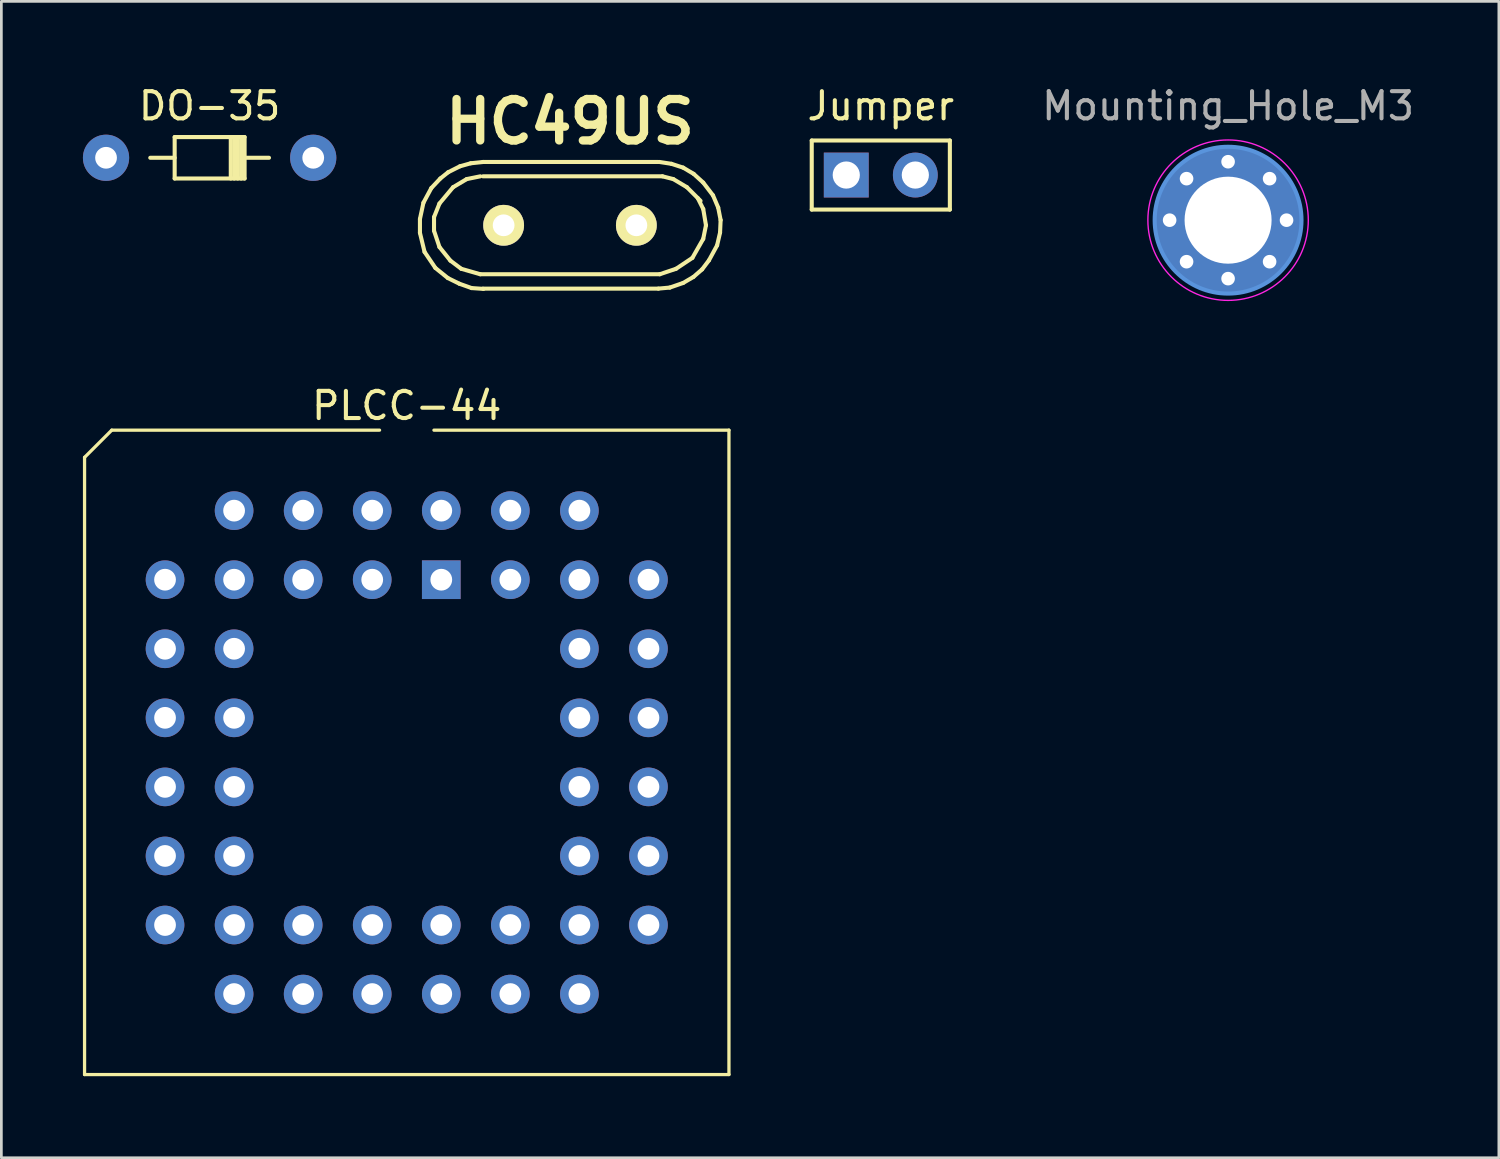
<source format=kicad_pcb>
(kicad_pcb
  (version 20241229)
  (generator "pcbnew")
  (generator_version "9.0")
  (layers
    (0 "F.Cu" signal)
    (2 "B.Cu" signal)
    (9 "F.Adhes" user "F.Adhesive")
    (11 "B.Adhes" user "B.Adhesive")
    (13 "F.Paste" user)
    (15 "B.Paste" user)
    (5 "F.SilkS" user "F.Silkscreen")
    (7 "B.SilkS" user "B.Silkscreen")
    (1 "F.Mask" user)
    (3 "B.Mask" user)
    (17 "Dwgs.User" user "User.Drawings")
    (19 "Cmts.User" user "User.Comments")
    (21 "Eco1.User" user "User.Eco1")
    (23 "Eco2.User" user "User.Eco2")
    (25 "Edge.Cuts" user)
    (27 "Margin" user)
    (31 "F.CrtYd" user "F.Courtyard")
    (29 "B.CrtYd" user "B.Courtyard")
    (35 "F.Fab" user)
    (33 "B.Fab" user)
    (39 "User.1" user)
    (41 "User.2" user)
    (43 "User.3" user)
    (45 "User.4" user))
  (footprint "PLCC-44"
    (layer "F.Cu")
    (at 13.18 18.271)
    (property "Reference" "PLCC-44" (at -1.27 -6.4 0) (layer "F.SilkS") (effects (font (size 1 1) (thickness 0.15))))
    (attr through_hole)
    (fp_line (start -13.12 -4.5) (end -13.12 18.2) (stroke (width 0.12) (type solid)) (layer "F.SilkS"))
    (fp_line (start -13.12 18.2) (end 10.58 18.2) (stroke (width 0.12) (type solid)) (layer "F.SilkS"))
    (fp_line (start -12.12 -5.5) (end -13.12 -4.5) (stroke (width 0.12) (type solid)) (layer "F.SilkS"))
    (fp_line (start -2.27 -5.5) (end -12.12 -5.5) (stroke (width 0.12) (type solid)) (layer "F.SilkS"))
    (fp_line (start 10.58 -5.5) (end -0.27 -5.5) (stroke (width 0.12) (type solid)) (layer "F.SilkS"))
    (fp_line (start 10.58 18.2) (end 10.58 -5.5) (stroke (width 0.12) (type solid)) (layer "F.SilkS"))
    (pad "1" thru_hole rect (at 0 0) (size 1.422 1.422) (drill 0.8) (layers "*.Cu" "*.Mask"))
    (pad "2" thru_hole circle (at -2.54 -2.54) (size 1.422 1.422) (drill 0.8) (layers "*.Cu" "*.Mask"))
    (pad "3" thru_hole circle (at -2.54 0) (size 1.422 1.422) (drill 0.8) (layers "*.Cu" "*.Mask"))
    (pad "4" thru_hole circle (at -5.08 -2.54) (size 1.422 1.422) (drill 0.8) (layers "*.Cu" "*.Mask"))
    (pad "5" thru_hole circle (at -5.08 0) (size 1.422 1.422) (drill 0.8) (layers "*.Cu" "*.Mask"))
    (pad "6" thru_hole circle (at -7.62 -2.54) (size 1.422 1.422) (drill 0.8) (layers "*.Cu" "*.Mask"))
    (pad "7" thru_hole circle (at -10.16 0) (size 1.422 1.422) (drill 0.8) (layers "*.Cu" "*.Mask"))
    (pad "8" thru_hole circle (at -7.62 0) (size 1.422 1.422) (drill 0.8) (layers "*.Cu" "*.Mask"))
    (pad "9" thru_hole circle (at -10.16 2.54) (size 1.422 1.422) (drill 0.8) (layers "*.Cu" "*.Mask"))
    (pad "10" thru_hole circle (at -7.62 2.54) (size 1.422 1.422) (drill 0.8) (layers "*.Cu" "*.Mask"))
    (pad "11" thru_hole circle (at -10.16 5.08) (size 1.422 1.422) (drill 0.8) (layers "*.Cu" "*.Mask"))
    (pad "12" thru_hole circle (at -7.62 5.08) (size 1.422 1.422) (drill 0.8) (layers "*.Cu" "*.Mask"))
    (pad "13" thru_hole circle (at -10.16 7.62) (size 1.422 1.422) (drill 0.8) (layers "*.Cu" "*.Mask"))
    (pad "14" thru_hole circle (at -7.62 7.62) (size 1.422 1.422) (drill 0.8) (layers "*.Cu" "*.Mask"))
    (pad "15" thru_hole circle (at -10.16 10.16) (size 1.422 1.422) (drill 0.8) (layers "*.Cu" "*.Mask"))
    (pad "16" thru_hole circle (at -7.62 10.16) (size 1.422 1.422) (drill 0.8) (layers "*.Cu" "*.Mask"))
    (pad "17" thru_hole circle (at -10.16 12.7) (size 1.422 1.422) (drill 0.8) (layers "*.Cu" "*.Mask"))
    (pad "18" thru_hole circle (at -7.62 15.24) (size 1.422 1.422) (drill 0.8) (layers "*.Cu" "*.Mask"))
    (pad "19" thru_hole circle (at -7.62 12.7) (size 1.422 1.422) (drill 0.8) (layers "*.Cu" "*.Mask"))
    (pad "20" thru_hole circle (at -5.08 15.24) (size 1.422 1.422) (drill 0.8) (layers "*.Cu" "*.Mask"))
    (pad "21" thru_hole circle (at -5.08 12.7) (size 1.422 1.422) (drill 0.8) (layers "*.Cu" "*.Mask"))
    (pad "22" thru_hole circle (at -2.54 15.24) (size 1.422 1.422) (drill 0.8) (layers "*.Cu" "*.Mask"))
    (pad "23" thru_hole circle (at -2.54 12.7) (size 1.422 1.422) (drill 0.8) (layers "*.Cu" "*.Mask"))
    (pad "24" thru_hole circle (at 0 15.24) (size 1.422 1.422) (drill 0.8) (layers "*.Cu" "*.Mask"))
    (pad "25" thru_hole circle (at 0 12.7) (size 1.422 1.422) (drill 0.8) (layers "*.Cu" "*.Mask"))
    (pad "26" thru_hole circle (at 2.54 15.24) (size 1.422 1.422) (drill 0.8) (layers "*.Cu" "*.Mask"))
    (pad "27" thru_hole circle (at 2.54 12.7) (size 1.422 1.422) (drill 0.8) (layers "*.Cu" "*.Mask"))
    (pad "28" thru_hole circle (at 5.08 15.24) (size 1.422 1.422) (drill 0.8) (layers "*.Cu" "*.Mask"))
    (pad "29" thru_hole circle (at 7.62 12.7) (size 1.422 1.422) (drill 0.8) (layers "*.Cu" "*.Mask"))
    (pad "30" thru_hole circle (at 5.08 12.7) (size 1.422 1.422) (drill 0.8) (layers "*.Cu" "*.Mask"))
    (pad "31" thru_hole circle (at 7.62 10.16) (size 1.422 1.422) (drill 0.8) (layers "*.Cu" "*.Mask"))
    (pad "32" thru_hole circle (at 5.08 10.16) (size 1.422 1.422) (drill 0.8) (layers "*.Cu" "*.Mask"))
    (pad "33" thru_hole circle (at 7.62 7.62) (size 1.422 1.422) (drill 0.8) (layers "*.Cu" "*.Mask"))
    (pad "34" thru_hole circle (at 5.08 7.62) (size 1.422 1.422) (drill 0.8) (layers "*.Cu" "*.Mask"))
    (pad "35" thru_hole circle (at 7.62 5.08) (size 1.422 1.422) (drill 0.8) (layers "*.Cu" "*.Mask"))
    (pad "36" thru_hole circle (at 5.08 5.08) (size 1.422 1.422) (drill 0.8) (layers "*.Cu" "*.Mask"))
    (pad "37" thru_hole circle (at 7.62 2.54) (size 1.422 1.422) (drill 0.8) (layers "*.Cu" "*.Mask"))
    (pad "38" thru_hole circle (at 5.08 2.54) (size 1.422 1.422) (drill 0.8) (layers "*.Cu" "*.Mask"))
    (pad "39" thru_hole circle (at 7.62 0) (size 1.422 1.422) (drill 0.8) (layers "*.Cu" "*.Mask"))
    (pad "40" thru_hole circle (at 5.08 -2.54) (size 1.422 1.422) (drill 0.8) (layers "*.Cu" "*.Mask"))
    (pad "41" thru_hole circle (at 5.08 0) (size 1.422 1.422) (drill 0.8) (layers "*.Cu" "*.Mask"))
    (pad "42" thru_hole circle (at 2.54 -2.54) (size 1.422 1.422) (drill 0.8) (layers "*.Cu" "*.Mask"))
    (pad "43" thru_hole circle (at 2.54 0) (size 1.422 1.422) (drill 0.8) (layers "*.Cu" "*.Mask"))
    (pad "44" thru_hole circle (at 0 -2.54) (size 1.422 1.422) (drill 0.8) (layers "*.Cu" "*.Mask")))
  (footprint "DO-35"
    (layer "F.Cu")
    (at 4.66 2.753)
    (property "Reference" "DO-35" (at 0 -1.905 0) (layer "F.SilkS") (effects (font (size 1 1) (thickness 0.15))))
    (attr through_hole)
    (fp_line (start -1.286 -0.762) (end 1.286 -0.762) (stroke (width 0.15) (type solid)) (layer "F.SilkS"))
    (fp_line (start -1.286 0) (end -2.183 0) (stroke (width 0.15) (type solid)) (layer "F.SilkS"))
    (fp_line (start -1.286 0.762) (end -1.286 -0.762) (stroke (width 0.15) (type solid)) (layer "F.SilkS"))
    (fp_line (start 0.778 -0.762) (end 0.778 0.762) (stroke (width 0.15) (type solid)) (layer "F.SilkS"))
    (fp_line (start 0.905 -0.762) (end 0.905 0.762) (stroke (width 0.15) (type solid)) (layer "F.SilkS"))
    (fp_line (start 1.032 -0.762) (end 1.032 0.762) (stroke (width 0.15) (type solid)) (layer "F.SilkS"))
    (fp_line (start 1.159 -0.762) (end 1.159 0.762) (stroke (width 0.15) (type solid)) (layer "F.SilkS"))
    (fp_line (start 1.286 -0.762) (end 1.286 0.762) (stroke (width 0.15) (type solid)) (layer "F.SilkS"))
    (fp_line (start 1.286 0) (end 2.183 0) (stroke (width 0.15) (type solid)) (layer "F.SilkS"))
    (fp_line (start 1.286 0.762) (end -1.286 0.762) (stroke (width 0.15) (type solid)) (layer "F.SilkS"))
    (pad "1" thru_hole circle (at -3.81 0) (size 1.7 1.7) (drill 0.8) (layers "*.Cu" "*.Mask"))
    (pad "2" thru_hole circle (at 3.81 0) (size 1.7 1.7) (drill 0.8) (layers "*.Cu" "*.Mask")))
  (footprint "Mounting_Hole_M3"
    (layer "F.Cu")
    (at 42.118 5.048)
    (property "Reference" "Mounting_Hole_M3" (at 0 -4.2 0) (layer "F.Fab") (effects (font (size 1 1) (thickness 0.15))))
    (attr through_hole)
    (fp_circle (center 0 0) (end 2.7 0) (stroke (width 0.15) (type solid)) (fill no) (layer "Cmts.User"))
    (fp_circle (center 0 0) (end 2.95 0) (stroke (width 0.05) (type solid)) (fill no) (layer "F.CrtYd"))
    (pad "" thru_hole circle (at -2.15 0) (size 0.8 0.8) (drill 0.5) (layers "*.Cu"))
    (pad "" thru_hole circle (at -1.527 -1.527) (size 0.8 0.8) (drill 0.5) (layers "*.Cu"))
    (pad "" thru_hole circle (at -1.527 1.527) (size 0.8 0.8) (drill 0.5) (layers "*.Cu"))
    (pad "" thru_hole circle (at 0 -2.15) (size 0.8 0.8) (drill 0.5) (layers "*.Cu"))
    (pad "" thru_hole circle (at 0 2.15) (size 0.8 0.8) (drill 0.5) (layers "*.Cu"))
    (pad "" thru_hole circle (at 1.527 -1.527) (size 0.8 0.8) (drill 0.5) (layers "*.Cu"))
    (pad "" thru_hole circle (at 1.527 1.527) (size 0.8 0.8) (drill 0.5) (layers "*.Cu"))
    (pad "" thru_hole circle (at 2.15 0) (size 0.8 0.8) (drill 0.5) (layers "*.Cu"))
    (pad "1" thru_hole circle (at 0 0) (size 5.4 5.4) (drill 3.2) (layers "*.Cu" "*.Mask")))
  (footprint "Jumper"
    (layer "F.Cu")
    (at 28.075 3.388)
    (property "Reference" "Jumper" (at 1.27 -2.54 0) (layer "F.SilkS") (effects (font (size 1 1) (thickness 0.15))))
    (attr through_hole)
    (fp_line (start -1.27 -1.27) (end 3.81 -1.27) (stroke (width 0.15) (type solid)) (layer "F.SilkS"))
    (fp_line (start -1.27 1.27) (end -1.27 -1.27) (stroke (width 0.15) (type solid)) (layer "F.SilkS"))
    (fp_line (start 3.81 -1.27) (end 3.81 1.27) (stroke (width 0.15) (type solid)) (layer "F.SilkS"))
    (fp_line (start 3.81 1.27) (end -1.27 1.27) (stroke (width 0.15) (type solid)) (layer "F.SilkS"))
    (pad "1" thru_hole rect (at 0 0) (size 1.65 1.65) (drill 1) (layers "*.Cu" "*.Mask"))
    (pad "2" thru_hole circle (at 2.54 0) (size 1.65 1.65) (drill 1) (layers "*.Cu" "*.Mask")))
  (footprint "HC49US"
    (layer "F.Cu")
    (at 17.914 5.236)
    (property "Reference" "HC49US" (at 0 -3.81 0) (layer "F.SilkS") (effects (font (size 1.524 1.524) (thickness 0.305))))
    (attr through_hole)
    (fp_line (start -5.519 -0.231) (end -5.519 0.279) (stroke (width 0.15) (type solid)) (layer "F.SilkS"))
    (fp_line (start -5.519 0.279) (end -5.349 0.98) (stroke (width 0.15) (type solid)) (layer "F.SilkS"))
    (fp_line (start -5.39 -0.831) (end -5.519 -0.231) (stroke (width 0.15) (type solid)) (layer "F.SilkS"))
    (fp_line (start -5.349 0.98) (end -4.95 1.57) (stroke (width 0.15) (type solid)) (layer "F.SilkS"))
    (fp_line (start -5.1 -1.369) (end -5.39 -0.831) (stroke (width 0.15) (type solid)) (layer "F.SilkS"))
    (fp_line (start -5.001 -0.3) (end -4.801 -0.8) (stroke (width 0.15) (type solid)) (layer "F.SilkS"))
    (fp_line (start -5.001 0.201) (end -5.001 -0.3) (stroke (width 0.15) (type solid)) (layer "F.SilkS"))
    (fp_line (start -4.95 1.57) (end -4.491 1.941) (stroke (width 0.15) (type solid)) (layer "F.SilkS"))
    (fp_line (start -4.801 -0.8) (end -4.3 -1.4) (stroke (width 0.15) (type solid)) (layer "F.SilkS"))
    (fp_line (start -4.801 0.8) (end -5.001 0.201) (stroke (width 0.15) (type solid)) (layer "F.SilkS"))
    (fp_line (start -4.77 -1.72) (end -5.1 -1.369) (stroke (width 0.15) (type solid)) (layer "F.SilkS"))
    (fp_line (start -4.491 1.941) (end -4.069 2.149) (stroke (width 0.15) (type solid)) (layer "F.SilkS"))
    (fp_line (start -4.481 -1.951) (end -4.77 -1.72) (stroke (width 0.15) (type solid)) (layer "F.SilkS"))
    (fp_line (start -4.399 1.3) (end -4.801 0.8) (stroke (width 0.15) (type solid)) (layer "F.SilkS"))
    (fp_line (start -4.3 -1.4) (end -3.8 -1.699) (stroke (width 0.15) (type solid)) (layer "F.SilkS"))
    (fp_line (start -4.069 2.149) (end -3.619 2.309) (stroke (width 0.15) (type solid)) (layer "F.SilkS"))
    (fp_line (start -4.049 -2.169) (end -4.481 -1.951) (stroke (width 0.15) (type solid)) (layer "F.SilkS"))
    (fp_line (start -4 1.6) (end -4.399 1.3) (stroke (width 0.15) (type solid)) (layer "F.SilkS"))
    (fp_line (start -3.8 -1.699) (end -3.299 -1.801) (stroke (width 0.15) (type solid)) (layer "F.SilkS"))
    (fp_line (start -3.65 -2.281) (end -4.049 -2.169) (stroke (width 0.15) (type solid)) (layer "F.SilkS"))
    (fp_line (start -3.619 2.309) (end -3.18 2.339) (stroke (width 0.15) (type solid)) (layer "F.SilkS"))
    (fp_line (start -3.299 1.801) (end -4 1.6) (stroke (width 0.15) (type solid)) (layer "F.SilkS"))
    (fp_line (start -3.2 -2.329) (end 3.251 -2.329) (stroke (width 0.15) (type solid)) (layer "F.SilkS"))
    (fp_line (start -3.2 -1.801) (end 3.401 -1.801) (stroke (width 0.15) (type solid)) (layer "F.SilkS"))
    (fp_line (start -3.2 2.329) (end 3.251 2.329) (stroke (width 0.15) (type solid)) (layer "F.SilkS"))
    (fp_line (start -3.19 -2.329) (end -3.65 -2.281) (stroke (width 0.15) (type solid)) (layer "F.SilkS"))
    (fp_line (start 3.251 2.329) (end 3.67 2.291) (stroke (width 0.15) (type solid)) (layer "F.SilkS"))
    (fp_line (start 3.299 1.801) (end -3.299 1.801) (stroke (width 0.15) (type solid)) (layer "F.SilkS"))
    (fp_line (start 3.401 -1.801) (end 3.8 -1.699) (stroke (width 0.15) (type solid)) (layer "F.SilkS"))
    (fp_line (start 3.67 2.291) (end 4.161 2.121) (stroke (width 0.15) (type solid)) (layer "F.SilkS"))
    (fp_line (start 3.731 -2.261) (end 3.289 -2.329) (stroke (width 0.15) (type solid)) (layer "F.SilkS"))
    (fp_line (start 3.8 -1.699) (end 4.3 -1.4) (stroke (width 0.15) (type solid)) (layer "F.SilkS"))
    (fp_line (start 3.899 1.6) (end 3.299 1.801) (stroke (width 0.15) (type solid)) (layer "F.SilkS"))
    (fp_line (start 4.161 -2.121) (end 3.731 -2.261) (stroke (width 0.15) (type solid)) (layer "F.SilkS"))
    (fp_line (start 4.161 2.121) (end 4.539 1.9) (stroke (width 0.15) (type solid)) (layer "F.SilkS"))
    (fp_line (start 4.3 -1.4) (end 4.801 -0.899) (stroke (width 0.15) (type solid)) (layer "F.SilkS"))
    (fp_line (start 4.501 1.199) (end 3.899 1.6) (stroke (width 0.15) (type solid)) (layer "F.SilkS"))
    (fp_line (start 4.539 1.9) (end 4.859 1.621) (stroke (width 0.15) (type solid)) (layer "F.SilkS"))
    (fp_line (start 4.549 -1.89) (end 4.161 -2.121) (stroke (width 0.15) (type solid)) (layer "F.SilkS"))
    (fp_line (start 4.699 -1.001) (end 4.9 -0.599) (stroke (width 0.15) (type solid)) (layer "F.SilkS"))
    (fp_line (start 4.859 1.621) (end 5.11 1.29) (stroke (width 0.15) (type solid)) (layer "F.SilkS"))
    (fp_line (start 4.9 -1.57) (end 4.549 -1.89) (stroke (width 0.15) (type solid)) (layer "F.SilkS"))
    (fp_line (start 4.9 -0.599) (end 5.001 0) (stroke (width 0.15) (type solid)) (layer "F.SilkS"))
    (fp_line (start 4.9 0.5) (end 4.501 1.199) (stroke (width 0.15) (type solid)) (layer "F.SilkS"))
    (fp_line (start 5.001 0) (end 4.9 0.5) (stroke (width 0.15) (type solid)) (layer "F.SilkS"))
    (fp_line (start 5.11 1.29) (end 5.41 0.739) (stroke (width 0.15) (type solid)) (layer "F.SilkS"))
    (fp_line (start 5.26 -1.1) (end 4.9 -1.57) (stroke (width 0.15) (type solid)) (layer "F.SilkS"))
    (fp_line (start 5.41 0.739) (end 5.519 0.269) (stroke (width 0.15) (type solid)) (layer "F.SilkS"))
    (fp_line (start 5.451 -0.65) (end 5.26 -1.1) (stroke (width 0.15) (type solid)) (layer "F.SilkS"))
    (fp_line (start 5.519 0.269) (end 5.54 -0.191) (stroke (width 0.15) (type solid)) (layer "F.SilkS"))
    (fp_line (start 5.54 -0.191) (end 5.451 -0.65) (stroke (width 0.15) (type solid)) (layer "F.SilkS"))
    (pad "1" thru_hole circle (at -2.441 0) (size 1.501 1.501) (drill 0.8) (layers "*.Cu" "*.Mask" "F.SilkS"))
    (pad "2" thru_hole circle (at 2.441 0) (size 1.501 1.501) (drill 0.8) (layers "*.Cu" "*.Mask" "F.SilkS")))
  (gr_rect
    (start -3 -3)
    (end 52.077 39.532)
    (stroke (width 0.1) (type default))
    (fill no)
    (layer "Edge.Cuts")))
</source>
